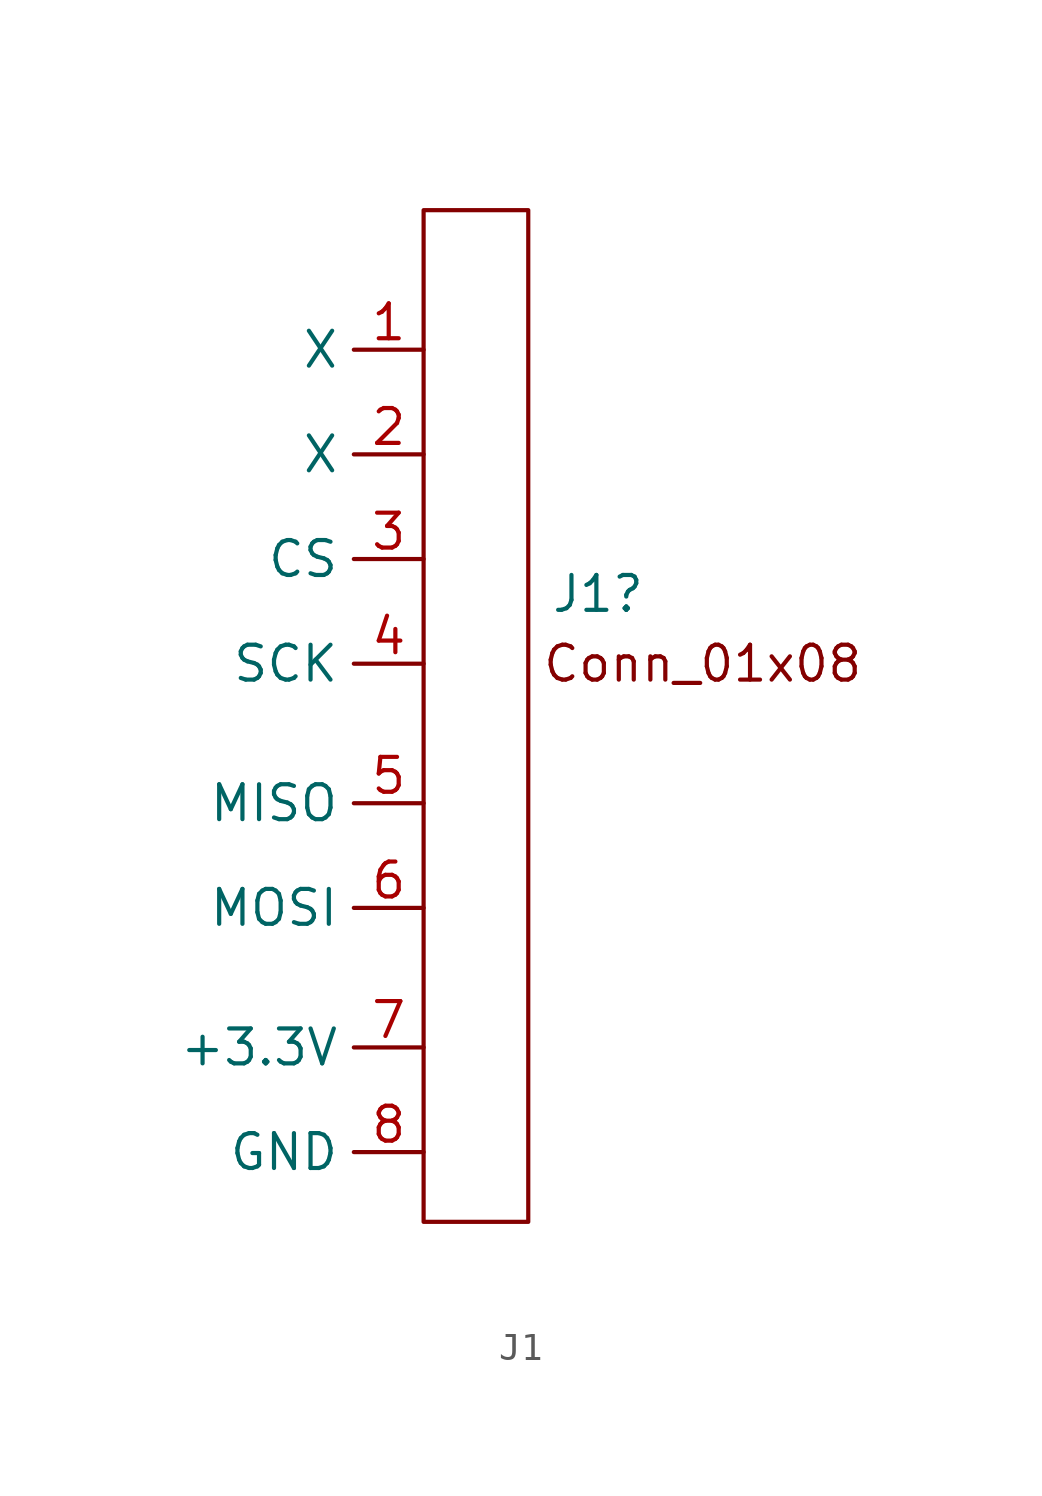
<source format=kicad_sym>
(kicad_symbol_lib
  (version 20220914)
  (generator kicad_symbol_editor)
  (symbol "J1"
    (property "Reference" "J1"
      (at 3.81 6.35 0)
      (effects (font (size 1.27 1.27))))
    (property "Value" ""
      (at -7.62 -13.97 0)
      (effects (font (size 1.27 1.27))))
    (symbol "J1_0_1"
      (rectangle (start -2.54 20.32) (end 1.27 -16.51) (stroke (width 0) (type default)) (fill (type none))))
    (symbol "J1_1_1"
      (text "Conn_01x08" (at 7.62 3.81 0) (effects (font (size 1.27 1.27))))
      (pin input line (at -2.54 15.24 180) (length 2.54) (name "X" (effects (font (size 1.27 1.27)))) (number "1" (effects (font (size 1.27 1.27)))))
      (pin input line (at -2.54 11.43 180) (length 2.54) (name "X" (effects (font (size 1.27 1.27)))) (number "2" (effects (font (size 1.27 1.27)))))
      (pin input line (at -2.54 7.62 180) (length 2.54) (name "CS" (effects (font (size 1.27 1.27)))) (number "3" (effects (font (size 1.27 1.27)))))
      (pin input line (at -2.54 3.81 180) (length 2.54) (name "SCK" (effects (font (size 1.27 1.27)))) (number "4" (effects (font (size 1.27 1.27)))))
      (pin input line (at -2.54 -1.27 180) (length 2.54) (name "MISO" (effects (font (size 1.27 1.27)))) (number "5" (effects (font (size 1.27 1.27)))))
      (pin input line (at -2.54 -5.08 180) (length 2.54) (name "MOSI" (effects (font (size 1.27 1.27)))) (number "6" (effects (font (size 1.27 1.27)))))
      (pin input line (at -2.54 -10.16 180) (length 2.54) (name "+3.3V" (effects (font (size 1.27 1.27)))) (number "7" (effects (font (size 1.27 1.27)))))
      (pin input line (at -2.54 -13.97 180) (length 2.54) (name "GND" (effects (font (size 1.27 1.27)))) (number "8" (effects (font (size 1.27 1.27))))))))
</source>
